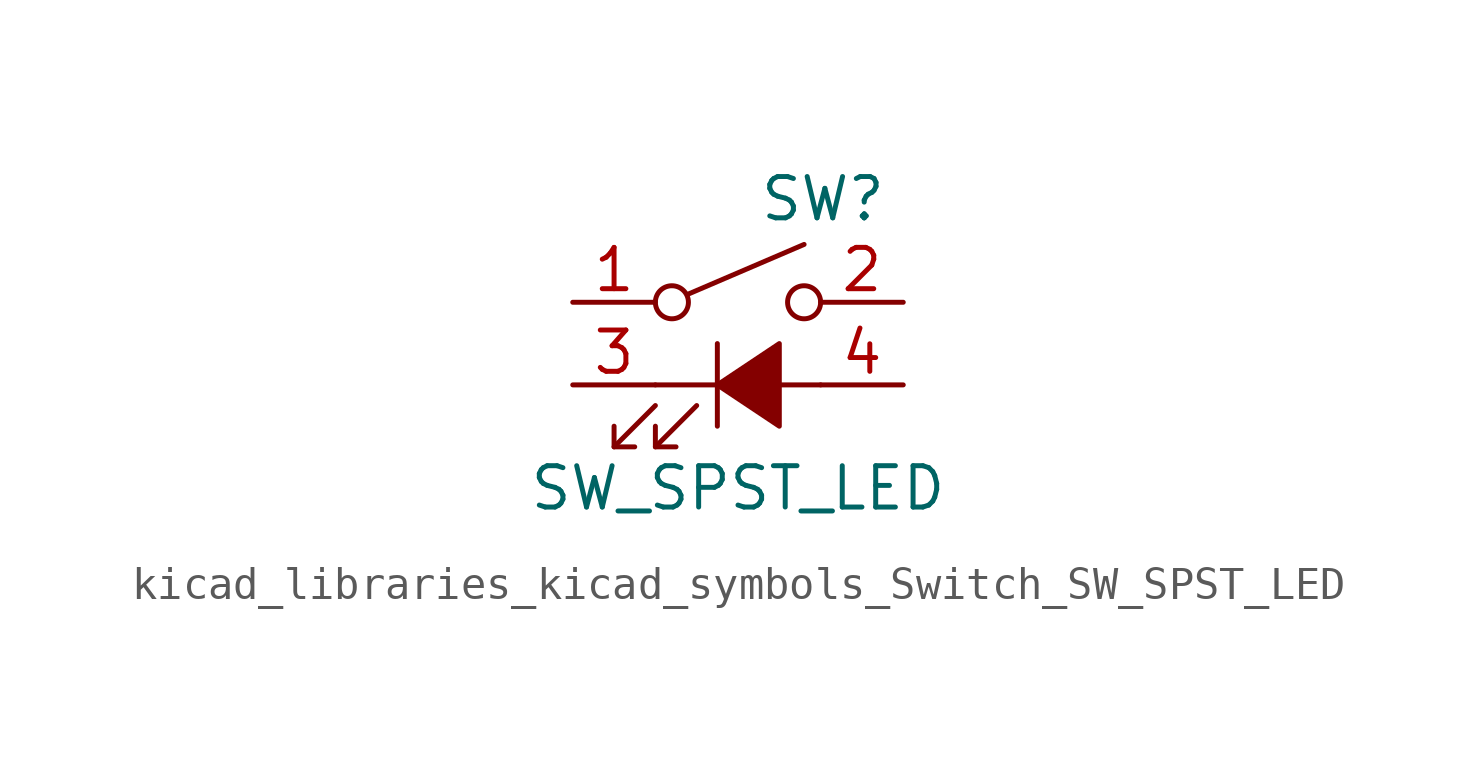
<source format=kicad_sym>
(kicad_symbol_lib
  (version 20220914)
  (generator kicad_symbol_editor)
  (symbol "kicad_libraries_kicad_symbols_Switch_SW_SPST_LED"
    (pin_names
      (offset 1.016) hide)
    (property "Reference" "SW"
      (at 0.635 5.715 0)
      (effects (font (size 1.27 1.27)) (justify left)))
    (property "Value" "SW_SPST_LED"
      (at 0 -3.175 0)
      (effects (font (size 1.27 1.27))))
    (symbol "kicad_libraries_kicad_symbols_Switch_SW_SPST_LED_0_0"
      (polyline (pts (xy -3.81 -1.905) (xy -2.54 -0.635)) (stroke (width 0) (type default)) (fill (type none)))
      (polyline (pts (xy -2.54 -1.905) (xy -1.27 -0.635)) (stroke (width 0) (type default)) (fill (type none)))
      (polyline (pts (xy -2.54 0) (xy 2.54 0)) (stroke (width 0) (type default)) (fill (type none)))
      (polyline (pts (xy -0.635 1.27) (xy -0.635 -1.27)) (stroke (width 0) (type default)) (fill (type none)))
      (polyline (pts (xy -3.81 -1.27) (xy -3.81 -1.905) (xy -3.175 -1.905)) (stroke (width 0) (type default)) (fill (type none)))
      (polyline (pts (xy -2.54 -1.27) (xy -2.54 -1.905) (xy -1.905 -1.905)) (stroke (width 0) (type default)) (fill (type none)))
      (polyline (pts (xy -0.635 0) (xy 1.27 1.27) (xy 1.27 -1.27) (xy -0.635 0)) (stroke (width 0) (type default)) (fill (type outline))))
    (symbol "kicad_libraries_kicad_symbols_Switch_SW_SPST_LED_0_1"
      (circle (center -2.032 2.54) (radius 0.508) (stroke (width 0) (type default)) (fill (type none)))
      (polyline (pts (xy -1.524 2.794) (xy 2.032 4.318)) (stroke (width 0) (type default)) (fill (type none)))
      (circle (center 2.032 2.54) (radius 0.508) (stroke (width 0) (type default)) (fill (type none)))
      (pin passive line (at -5.08 2.54 0) (length 2.54) (name "1" (effects (font (size 1.27 1.27)))) (number "1" (effects (font (size 1.27 1.27)))))
      (pin passive line (at 5.08 2.54 180) (length 2.54) (name "2" (effects (font (size 1.27 1.27)))) (number "2" (effects (font (size 1.27 1.27)))))
      (pin passive line (at -5.08 0 0) (length 2.54) (name "K" (effects (font (size 1.27 1.27)))) (number "3" (effects (font (size 1.27 1.27)))))
      (pin passive line (at 5.08 0 180) (length 2.54) (name "A" (effects (font (size 1.27 1.27)))) (number "4" (effects (font (size 1.27 1.27))))))))
</source>
